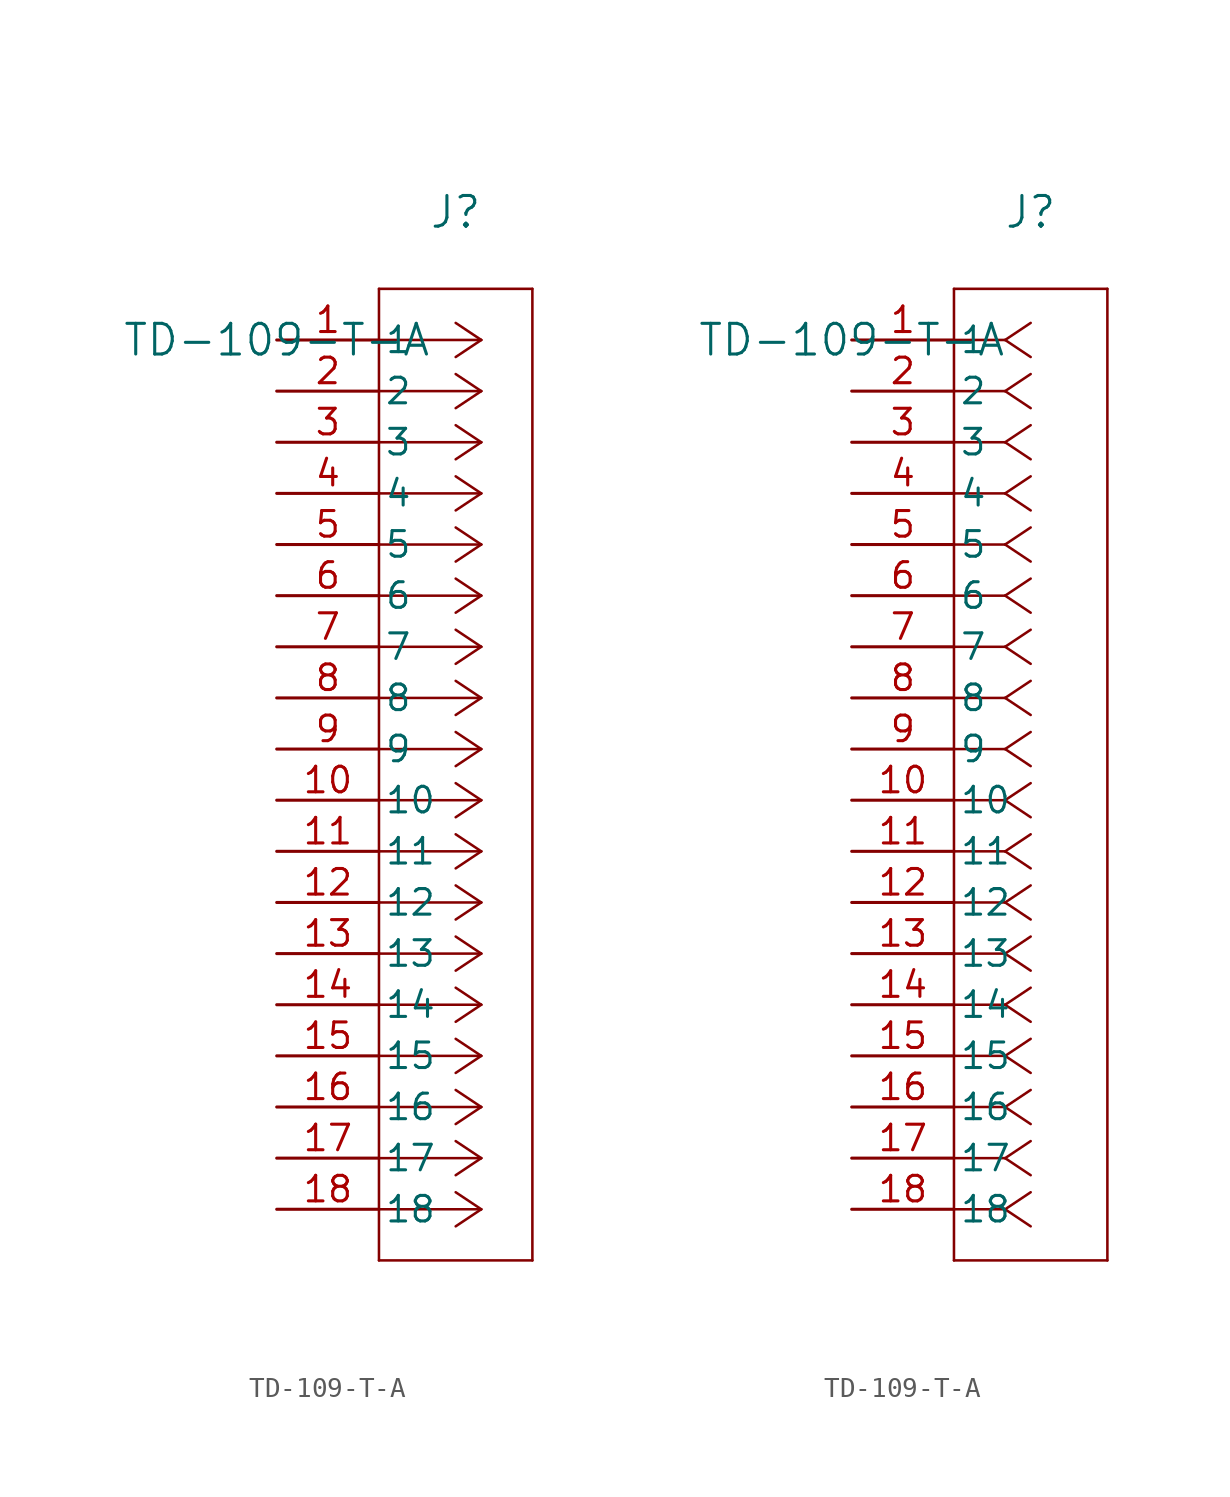
<source format=kicad_sym>
(kicad_symbol_lib
  (version 20211014)
  (generator kicad_symbol_editor)
  (symbol "TD-109-T-A"
    (pin_names
      (offset 0.254))
    (property "Reference" "J"
      (at 8.89 6.35 0)
      (effects (font (size 1.524 1.524))))
    (property "Value" "TD-109-T-A"
      (at 0 0 0)
      (effects (font (size 1.524 1.524))))
    (symbol "TD-109-T-A_1_1"
      (polyline (pts (xy 10.16 0) (xy 5.08 0)) (stroke (width 0.127) (type default) (color 0 0 0 0)) (fill (type none)))
      (polyline (pts (xy 10.16 -2.54) (xy 5.08 -2.54)) (stroke (width 0.127) (type default) (color 0 0 0 0)) (fill (type none)))
      (polyline (pts (xy 10.16 -5.08) (xy 5.08 -5.08)) (stroke (width 0.127) (type default) (color 0 0 0 0)) (fill (type none)))
      (polyline (pts (xy 10.16 -7.62) (xy 5.08 -7.62)) (stroke (width 0.127) (type default) (color 0 0 0 0)) (fill (type none)))
      (polyline (pts (xy 10.16 -10.16) (xy 5.08 -10.16)) (stroke (width 0.127) (type default) (color 0 0 0 0)) (fill (type none)))
      (polyline (pts (xy 10.16 -12.7) (xy 5.08 -12.7)) (stroke (width 0.127) (type default) (color 0 0 0 0)) (fill (type none)))
      (polyline (pts (xy 10.16 -15.24) (xy 5.08 -15.24)) (stroke (width 0.127) (type default) (color 0 0 0 0)) (fill (type none)))
      (polyline (pts (xy 10.16 -17.78) (xy 5.08 -17.78)) (stroke (width 0.127) (type default) (color 0 0 0 0)) (fill (type none)))
      (polyline (pts (xy 10.16 -20.32) (xy 5.08 -20.32)) (stroke (width 0.127) (type default) (color 0 0 0 0)) (fill (type none)))
      (polyline (pts (xy 10.16 -22.86) (xy 5.08 -22.86)) (stroke (width 0.127) (type default) (color 0 0 0 0)) (fill (type none)))
      (polyline (pts (xy 10.16 -25.4) (xy 5.08 -25.4)) (stroke (width 0.127) (type default) (color 0 0 0 0)) (fill (type none)))
      (polyline (pts (xy 10.16 -27.94) (xy 5.08 -27.94)) (stroke (width 0.127) (type default) (color 0 0 0 0)) (fill (type none)))
      (polyline (pts (xy 10.16 -30.48) (xy 5.08 -30.48)) (stroke (width 0.127) (type default) (color 0 0 0 0)) (fill (type none)))
      (polyline (pts (xy 10.16 -33.02) (xy 5.08 -33.02)) (stroke (width 0.127) (type default) (color 0 0 0 0)) (fill (type none)))
      (polyline (pts (xy 10.16 -35.56) (xy 5.08 -35.56)) (stroke (width 0.127) (type default) (color 0 0 0 0)) (fill (type none)))
      (polyline (pts (xy 10.16 -38.1) (xy 5.08 -38.1)) (stroke (width 0.127) (type default) (color 0 0 0 0)) (fill (type none)))
      (polyline (pts (xy 10.16 -40.64) (xy 5.08 -40.64)) (stroke (width 0.127) (type default) (color 0 0 0 0)) (fill (type none)))
      (polyline (pts (xy 10.16 -43.18) (xy 5.08 -43.18)) (stroke (width 0.127) (type default) (color 0 0 0 0)) (fill (type none)))
      (polyline (pts (xy 10.16 0) (xy 8.89 0.847)) (stroke (width 0.127) (type default) (color 0 0 0 0)) (fill (type none)))
      (polyline (pts (xy 10.16 -2.54) (xy 8.89 -1.693)) (stroke (width 0.127) (type default) (color 0 0 0 0)) (fill (type none)))
      (polyline (pts (xy 10.16 -5.08) (xy 8.89 -4.233)) (stroke (width 0.127) (type default) (color 0 0 0 0)) (fill (type none)))
      (polyline (pts (xy 10.16 -7.62) (xy 8.89 -6.773)) (stroke (width 0.127) (type default) (color 0 0 0 0)) (fill (type none)))
      (polyline (pts (xy 10.16 -10.16) (xy 8.89 -9.313)) (stroke (width 0.127) (type default) (color 0 0 0 0)) (fill (type none)))
      (polyline (pts (xy 10.16 -12.7) (xy 8.89 -11.853)) (stroke (width 0.127) (type default) (color 0 0 0 0)) (fill (type none)))
      (polyline (pts (xy 10.16 -15.24) (xy 8.89 -14.393)) (stroke (width 0.127) (type default) (color 0 0 0 0)) (fill (type none)))
      (polyline (pts (xy 10.16 -17.78) (xy 8.89 -16.933)) (stroke (width 0.127) (type default) (color 0 0 0 0)) (fill (type none)))
      (polyline (pts (xy 10.16 -20.32) (xy 8.89 -19.473)) (stroke (width 0.127) (type default) (color 0 0 0 0)) (fill (type none)))
      (polyline (pts (xy 10.16 -22.86) (xy 8.89 -22.013)) (stroke (width 0.127) (type default) (color 0 0 0 0)) (fill (type none)))
      (polyline (pts (xy 10.16 -25.4) (xy 8.89 -24.553)) (stroke (width 0.127) (type default) (color 0 0 0 0)) (fill (type none)))
      (polyline (pts (xy 10.16 -27.94) (xy 8.89 -27.093)) (stroke (width 0.127) (type default) (color 0 0 0 0)) (fill (type none)))
      (polyline (pts (xy 10.16 -30.48) (xy 8.89 -29.633)) (stroke (width 0.127) (type default) (color 0 0 0 0)) (fill (type none)))
      (polyline (pts (xy 10.16 -33.02) (xy 8.89 -32.173)) (stroke (width 0.127) (type default) (color 0 0 0 0)) (fill (type none)))
      (polyline (pts (xy 10.16 -35.56) (xy 8.89 -34.713)) (stroke (width 0.127) (type default) (color 0 0 0 0)) (fill (type none)))
      (polyline (pts (xy 10.16 -38.1) (xy 8.89 -37.253)) (stroke (width 0.127) (type default) (color 0 0 0 0)) (fill (type none)))
      (polyline (pts (xy 10.16 -40.64) (xy 8.89 -39.793)) (stroke (width 0.127) (type default) (color 0 0 0 0)) (fill (type none)))
      (polyline (pts (xy 10.16 -43.18) (xy 8.89 -42.333)) (stroke (width 0.127) (type default) (color 0 0 0 0)) (fill (type none)))
      (polyline (pts (xy 10.16 0) (xy 8.89 -0.847)) (stroke (width 0.127) (type default) (color 0 0 0 0)) (fill (type none)))
      (polyline (pts (xy 10.16 -2.54) (xy 8.89 -3.387)) (stroke (width 0.127) (type default) (color 0 0 0 0)) (fill (type none)))
      (polyline (pts (xy 10.16 -5.08) (xy 8.89 -5.927)) (stroke (width 0.127) (type default) (color 0 0 0 0)) (fill (type none)))
      (polyline (pts (xy 10.16 -7.62) (xy 8.89 -8.467)) (stroke (width 0.127) (type default) (color 0 0 0 0)) (fill (type none)))
      (polyline (pts (xy 10.16 -10.16) (xy 8.89 -11.007)) (stroke (width 0.127) (type default) (color 0 0 0 0)) (fill (type none)))
      (polyline (pts (xy 10.16 -12.7) (xy 8.89 -13.547)) (stroke (width 0.127) (type default) (color 0 0 0 0)) (fill (type none)))
      (polyline (pts (xy 10.16 -15.24) (xy 8.89 -16.087)) (stroke (width 0.127) (type default) (color 0 0 0 0)) (fill (type none)))
      (polyline (pts (xy 10.16 -17.78) (xy 8.89 -18.627)) (stroke (width 0.127) (type default) (color 0 0 0 0)) (fill (type none)))
      (polyline (pts (xy 10.16 -20.32) (xy 8.89 -21.167)) (stroke (width 0.127) (type default) (color 0 0 0 0)) (fill (type none)))
      (polyline (pts (xy 10.16 -22.86) (xy 8.89 -23.707)) (stroke (width 0.127) (type default) (color 0 0 0 0)) (fill (type none)))
      (polyline (pts (xy 10.16 -25.4) (xy 8.89 -26.247)) (stroke (width 0.127) (type default) (color 0 0 0 0)) (fill (type none)))
      (polyline (pts (xy 10.16 -27.94) (xy 8.89 -28.787)) (stroke (width 0.127) (type default) (color 0 0 0 0)) (fill (type none)))
      (polyline (pts (xy 10.16 -30.48) (xy 8.89 -31.327)) (stroke (width 0.127) (type default) (color 0 0 0 0)) (fill (type none)))
      (polyline (pts (xy 10.16 -33.02) (xy 8.89 -33.867)) (stroke (width 0.127) (type default) (color 0 0 0 0)) (fill (type none)))
      (polyline (pts (xy 10.16 -35.56) (xy 8.89 -36.407)) (stroke (width 0.127) (type default) (color 0 0 0 0)) (fill (type none)))
      (polyline (pts (xy 10.16 -38.1) (xy 8.89 -38.947)) (stroke (width 0.127) (type default) (color 0 0 0 0)) (fill (type none)))
      (polyline (pts (xy 10.16 -40.64) (xy 8.89 -41.487)) (stroke (width 0.127) (type default) (color 0 0 0 0)) (fill (type none)))
      (polyline (pts (xy 10.16 -43.18) (xy 8.89 -44.027)) (stroke (width 0.127) (type default) (color 0 0 0 0)) (fill (type none)))
      (polyline (pts (xy 5.08 2.54) (xy 5.08 -45.72)) (stroke (width 0.127) (type default) (color 0 0 0 0)) (fill (type none)))
      (polyline (pts (xy 5.08 -45.72) (xy 12.7 -45.72)) (stroke (width 0.127) (type default) (color 0 0 0 0)) (fill (type none)))
      (polyline (pts (xy 12.7 -45.72) (xy 12.7 2.54)) (stroke (width 0.127) (type default) (color 0 0 0 0)) (fill (type none)))
      (polyline (pts (xy 12.7 2.54) (xy 5.08 2.54)) (stroke (width 0.127) (type default) (color 0 0 0 0)) (fill (type none)))
      (pin unspecified line (at 0 0 0) (length 5.08) (name "1" (effects (font (size 1.27 1.27)))) (number "1" (effects (font (size 1.27 1.27)))))
      (pin unspecified line (at 0 -2.54 0) (length 5.08) (name "2" (effects (font (size 1.27 1.27)))) (number "2" (effects (font (size 1.27 1.27)))))
      (pin unspecified line (at 0 -5.08 0) (length 5.08) (name "3" (effects (font (size 1.27 1.27)))) (number "3" (effects (font (size 1.27 1.27)))))
      (pin unspecified line (at 0 -7.62 0) (length 5.08) (name "4" (effects (font (size 1.27 1.27)))) (number "4" (effects (font (size 1.27 1.27)))))
      (pin unspecified line (at 0 -10.16 0) (length 5.08) (name "5" (effects (font (size 1.27 1.27)))) (number "5" (effects (font (size 1.27 1.27)))))
      (pin unspecified line (at 0 -12.7 0) (length 5.08) (name "6" (effects (font (size 1.27 1.27)))) (number "6" (effects (font (size 1.27 1.27)))))
      (pin unspecified line (at 0 -15.24 0) (length 5.08) (name "7" (effects (font (size 1.27 1.27)))) (number "7" (effects (font (size 1.27 1.27)))))
      (pin unspecified line (at 0 -17.78 0) (length 5.08) (name "8" (effects (font (size 1.27 1.27)))) (number "8" (effects (font (size 1.27 1.27)))))
      (pin unspecified line (at 0 -20.32 0) (length 5.08) (name "9" (effects (font (size 1.27 1.27)))) (number "9" (effects (font (size 1.27 1.27)))))
      (pin unspecified line (at 0 -22.86 0) (length 5.08) (name "10" (effects (font (size 1.27 1.27)))) (number "10" (effects (font (size 1.27 1.27)))))
      (pin unspecified line (at 0 -25.4 0) (length 5.08) (name "11" (effects (font (size 1.27 1.27)))) (number "11" (effects (font (size 1.27 1.27)))))
      (pin unspecified line (at 0 -27.94 0) (length 5.08) (name "12" (effects (font (size 1.27 1.27)))) (number "12" (effects (font (size 1.27 1.27)))))
      (pin unspecified line (at 0 -30.48 0) (length 5.08) (name "13" (effects (font (size 1.27 1.27)))) (number "13" (effects (font (size 1.27 1.27)))))
      (pin unspecified line (at 0 -33.02 0) (length 5.08) (name "14" (effects (font (size 1.27 1.27)))) (number "14" (effects (font (size 1.27 1.27)))))
      (pin unspecified line (at 0 -35.56 0) (length 5.08) (name "15" (effects (font (size 1.27 1.27)))) (number "15" (effects (font (size 1.27 1.27)))))
      (pin unspecified line (at 0 -38.1 0) (length 5.08) (name "16" (effects (font (size 1.27 1.27)))) (number "16" (effects (font (size 1.27 1.27)))))
      (pin unspecified line (at 0 -40.64 0) (length 5.08) (name "17" (effects (font (size 1.27 1.27)))) (number "17" (effects (font (size 1.27 1.27)))))
      (pin unspecified line (at 0 -43.18 0) (length 5.08) (name "18" (effects (font (size 1.27 1.27)))) (number "18" (effects (font (size 1.27 1.27))))))
    (symbol "TD-109-T-A_1_2"
      (polyline (pts (xy 7.62 0) (xy 5.08 0)) (stroke (width 0.127) (type default) (color 0 0 0 0)) (fill (type none)))
      (polyline (pts (xy 7.62 -2.54) (xy 5.08 -2.54)) (stroke (width 0.127) (type default) (color 0 0 0 0)) (fill (type none)))
      (polyline (pts (xy 7.62 -5.08) (xy 5.08 -5.08)) (stroke (width 0.127) (type default) (color 0 0 0 0)) (fill (type none)))
      (polyline (pts (xy 7.62 -7.62) (xy 5.08 -7.62)) (stroke (width 0.127) (type default) (color 0 0 0 0)) (fill (type none)))
      (polyline (pts (xy 7.62 -10.16) (xy 5.08 -10.16)) (stroke (width 0.127) (type default) (color 0 0 0 0)) (fill (type none)))
      (polyline (pts (xy 7.62 -12.7) (xy 5.08 -12.7)) (stroke (width 0.127) (type default) (color 0 0 0 0)) (fill (type none)))
      (polyline (pts (xy 7.62 -15.24) (xy 5.08 -15.24)) (stroke (width 0.127) (type default) (color 0 0 0 0)) (fill (type none)))
      (polyline (pts (xy 7.62 -17.78) (xy 5.08 -17.78)) (stroke (width 0.127) (type default) (color 0 0 0 0)) (fill (type none)))
      (polyline (pts (xy 7.62 -20.32) (xy 5.08 -20.32)) (stroke (width 0.127) (type default) (color 0 0 0 0)) (fill (type none)))
      (polyline (pts (xy 7.62 -22.86) (xy 5.08 -22.86)) (stroke (width 0.127) (type default) (color 0 0 0 0)) (fill (type none)))
      (polyline (pts (xy 7.62 -25.4) (xy 5.08 -25.4)) (stroke (width 0.127) (type default) (color 0 0 0 0)) (fill (type none)))
      (polyline (pts (xy 7.62 -27.94) (xy 5.08 -27.94)) (stroke (width 0.127) (type default) (color 0 0 0 0)) (fill (type none)))
      (polyline (pts (xy 7.62 -30.48) (xy 5.08 -30.48)) (stroke (width 0.127) (type default) (color 0 0 0 0)) (fill (type none)))
      (polyline (pts (xy 7.62 -33.02) (xy 5.08 -33.02)) (stroke (width 0.127) (type default) (color 0 0 0 0)) (fill (type none)))
      (polyline (pts (xy 7.62 -35.56) (xy 5.08 -35.56)) (stroke (width 0.127) (type default) (color 0 0 0 0)) (fill (type none)))
      (polyline (pts (xy 7.62 -38.1) (xy 5.08 -38.1)) (stroke (width 0.127) (type default) (color 0 0 0 0)) (fill (type none)))
      (polyline (pts (xy 7.62 -40.64) (xy 5.08 -40.64)) (stroke (width 0.127) (type default) (color 0 0 0 0)) (fill (type none)))
      (polyline (pts (xy 7.62 -43.18) (xy 5.08 -43.18)) (stroke (width 0.127) (type default) (color 0 0 0 0)) (fill (type none)))
      (polyline (pts (xy 7.62 0) (xy 8.89 0.847)) (stroke (width 0.127) (type default) (color 0 0 0 0)) (fill (type none)))
      (polyline (pts (xy 7.62 -2.54) (xy 8.89 -1.693)) (stroke (width 0.127) (type default) (color 0 0 0 0)) (fill (type none)))
      (polyline (pts (xy 7.62 -5.08) (xy 8.89 -4.233)) (stroke (width 0.127) (type default) (color 0 0 0 0)) (fill (type none)))
      (polyline (pts (xy 7.62 -7.62) (xy 8.89 -6.773)) (stroke (width 0.127) (type default) (color 0 0 0 0)) (fill (type none)))
      (polyline (pts (xy 7.62 -10.16) (xy 8.89 -9.313)) (stroke (width 0.127) (type default) (color 0 0 0 0)) (fill (type none)))
      (polyline (pts (xy 7.62 -12.7) (xy 8.89 -11.853)) (stroke (width 0.127) (type default) (color 0 0 0 0)) (fill (type none)))
      (polyline (pts (xy 7.62 -15.24) (xy 8.89 -14.393)) (stroke (width 0.127) (type default) (color 0 0 0 0)) (fill (type none)))
      (polyline (pts (xy 7.62 -17.78) (xy 8.89 -16.933)) (stroke (width 0.127) (type default) (color 0 0 0 0)) (fill (type none)))
      (polyline (pts (xy 7.62 -20.32) (xy 8.89 -19.473)) (stroke (width 0.127) (type default) (color 0 0 0 0)) (fill (type none)))
      (polyline (pts (xy 7.62 -22.86) (xy 8.89 -22.013)) (stroke (width 0.127) (type default) (color 0 0 0 0)) (fill (type none)))
      (polyline (pts (xy 7.62 -25.4) (xy 8.89 -24.553)) (stroke (width 0.127) (type default) (color 0 0 0 0)) (fill (type none)))
      (polyline (pts (xy 7.62 -27.94) (xy 8.89 -27.093)) (stroke (width 0.127) (type default) (color 0 0 0 0)) (fill (type none)))
      (polyline (pts (xy 7.62 -30.48) (xy 8.89 -29.633)) (stroke (width 0.127) (type default) (color 0 0 0 0)) (fill (type none)))
      (polyline (pts (xy 7.62 -33.02) (xy 8.89 -32.173)) (stroke (width 0.127) (type default) (color 0 0 0 0)) (fill (type none)))
      (polyline (pts (xy 7.62 -35.56) (xy 8.89 -34.713)) (stroke (width 0.127) (type default) (color 0 0 0 0)) (fill (type none)))
      (polyline (pts (xy 7.62 -38.1) (xy 8.89 -37.253)) (stroke (width 0.127) (type default) (color 0 0 0 0)) (fill (type none)))
      (polyline (pts (xy 7.62 -40.64) (xy 8.89 -39.793)) (stroke (width 0.127) (type default) (color 0 0 0 0)) (fill (type none)))
      (polyline (pts (xy 7.62 -43.18) (xy 8.89 -42.333)) (stroke (width 0.127) (type default) (color 0 0 0 0)) (fill (type none)))
      (polyline (pts (xy 7.62 0) (xy 8.89 -0.847)) (stroke (width 0.127) (type default) (color 0 0 0 0)) (fill (type none)))
      (polyline (pts (xy 7.62 -2.54) (xy 8.89 -3.387)) (stroke (width 0.127) (type default) (color 0 0 0 0)) (fill (type none)))
      (polyline (pts (xy 7.62 -5.08) (xy 8.89 -5.927)) (stroke (width 0.127) (type default) (color 0 0 0 0)) (fill (type none)))
      (polyline (pts (xy 7.62 -7.62) (xy 8.89 -8.467)) (stroke (width 0.127) (type default) (color 0 0 0 0)) (fill (type none)))
      (polyline (pts (xy 7.62 -10.16) (xy 8.89 -11.007)) (stroke (width 0.127) (type default) (color 0 0 0 0)) (fill (type none)))
      (polyline (pts (xy 7.62 -12.7) (xy 8.89 -13.547)) (stroke (width 0.127) (type default) (color 0 0 0 0)) (fill (type none)))
      (polyline (pts (xy 7.62 -15.24) (xy 8.89 -16.087)) (stroke (width 0.127) (type default) (color 0 0 0 0)) (fill (type none)))
      (polyline (pts (xy 7.62 -17.78) (xy 8.89 -18.627)) (stroke (width 0.127) (type default) (color 0 0 0 0)) (fill (type none)))
      (polyline (pts (xy 7.62 -20.32) (xy 8.89 -21.167)) (stroke (width 0.127) (type default) (color 0 0 0 0)) (fill (type none)))
      (polyline (pts (xy 7.62 -22.86) (xy 8.89 -23.707)) (stroke (width 0.127) (type default) (color 0 0 0 0)) (fill (type none)))
      (polyline (pts (xy 7.62 -25.4) (xy 8.89 -26.247)) (stroke (width 0.127) (type default) (color 0 0 0 0)) (fill (type none)))
      (polyline (pts (xy 7.62 -27.94) (xy 8.89 -28.787)) (stroke (width 0.127) (type default) (color 0 0 0 0)) (fill (type none)))
      (polyline (pts (xy 7.62 -30.48) (xy 8.89 -31.327)) (stroke (width 0.127) (type default) (color 0 0 0 0)) (fill (type none)))
      (polyline (pts (xy 7.62 -33.02) (xy 8.89 -33.867)) (stroke (width 0.127) (type default) (color 0 0 0 0)) (fill (type none)))
      (polyline (pts (xy 7.62 -35.56) (xy 8.89 -36.407)) (stroke (width 0.127) (type default) (color 0 0 0 0)) (fill (type none)))
      (polyline (pts (xy 7.62 -38.1) (xy 8.89 -38.947)) (stroke (width 0.127) (type default) (color 0 0 0 0)) (fill (type none)))
      (polyline (pts (xy 7.62 -40.64) (xy 8.89 -41.487)) (stroke (width 0.127) (type default) (color 0 0 0 0)) (fill (type none)))
      (polyline (pts (xy 7.62 -43.18) (xy 8.89 -44.027)) (stroke (width 0.127) (type default) (color 0 0 0 0)) (fill (type none)))
      (polyline (pts (xy 5.08 2.54) (xy 5.08 -45.72)) (stroke (width 0.127) (type default) (color 0 0 0 0)) (fill (type none)))
      (polyline (pts (xy 5.08 -45.72) (xy 12.7 -45.72)) (stroke (width 0.127) (type default) (color 0 0 0 0)) (fill (type none)))
      (polyline (pts (xy 12.7 -45.72) (xy 12.7 2.54)) (stroke (width 0.127) (type default) (color 0 0 0 0)) (fill (type none)))
      (polyline (pts (xy 12.7 2.54) (xy 5.08 2.54)) (stroke (width 0.127) (type default) (color 0 0 0 0)) (fill (type none)))
      (pin unspecified line (at 0 0 0) (length 5.08) (name "1" (effects (font (size 1.27 1.27)))) (number "1" (effects (font (size 1.27 1.27)))))
      (pin unspecified line (at 0 -2.54 0) (length 5.08) (name "2" (effects (font (size 1.27 1.27)))) (number "2" (effects (font (size 1.27 1.27)))))
      (pin unspecified line (at 0 -5.08 0) (length 5.08) (name "3" (effects (font (size 1.27 1.27)))) (number "3" (effects (font (size 1.27 1.27)))))
      (pin unspecified line (at 0 -7.62 0) (length 5.08) (name "4" (effects (font (size 1.27 1.27)))) (number "4" (effects (font (size 1.27 1.27)))))
      (pin unspecified line (at 0 -10.16 0) (length 5.08) (name "5" (effects (font (size 1.27 1.27)))) (number "5" (effects (font (size 1.27 1.27)))))
      (pin unspecified line (at 0 -12.7 0) (length 5.08) (name "6" (effects (font (size 1.27 1.27)))) (number "6" (effects (font (size 1.27 1.27)))))
      (pin unspecified line (at 0 -15.24 0) (length 5.08) (name "7" (effects (font (size 1.27 1.27)))) (number "7" (effects (font (size 1.27 1.27)))))
      (pin unspecified line (at 0 -17.78 0) (length 5.08) (name "8" (effects (font (size 1.27 1.27)))) (number "8" (effects (font (size 1.27 1.27)))))
      (pin unspecified line (at 0 -20.32 0) (length 5.08) (name "9" (effects (font (size 1.27 1.27)))) (number "9" (effects (font (size 1.27 1.27)))))
      (pin unspecified line (at 0 -22.86 0) (length 5.08) (name "10" (effects (font (size 1.27 1.27)))) (number "10" (effects (font (size 1.27 1.27)))))
      (pin unspecified line (at 0 -25.4 0) (length 5.08) (name "11" (effects (font (size 1.27 1.27)))) (number "11" (effects (font (size 1.27 1.27)))))
      (pin unspecified line (at 0 -27.94 0) (length 5.08) (name "12" (effects (font (size 1.27 1.27)))) (number "12" (effects (font (size 1.27 1.27)))))
      (pin unspecified line (at 0 -30.48 0) (length 5.08) (name "13" (effects (font (size 1.27 1.27)))) (number "13" (effects (font (size 1.27 1.27)))))
      (pin unspecified line (at 0 -33.02 0) (length 5.08) (name "14" (effects (font (size 1.27 1.27)))) (number "14" (effects (font (size 1.27 1.27)))))
      (pin unspecified line (at 0 -35.56 0) (length 5.08) (name "15" (effects (font (size 1.27 1.27)))) (number "15" (effects (font (size 1.27 1.27)))))
      (pin unspecified line (at 0 -38.1 0) (length 5.08) (name "16" (effects (font (size 1.27 1.27)))) (number "16" (effects (font (size 1.27 1.27)))))
      (pin unspecified line (at 0 -40.64 0) (length 5.08) (name "17" (effects (font (size 1.27 1.27)))) (number "17" (effects (font (size 1.27 1.27)))))
      (pin unspecified line (at 0 -43.18 0) (length 5.08) (name "18" (effects (font (size 1.27 1.27)))) (number "18" (effects (font (size 1.27 1.27))))))))
</source>
